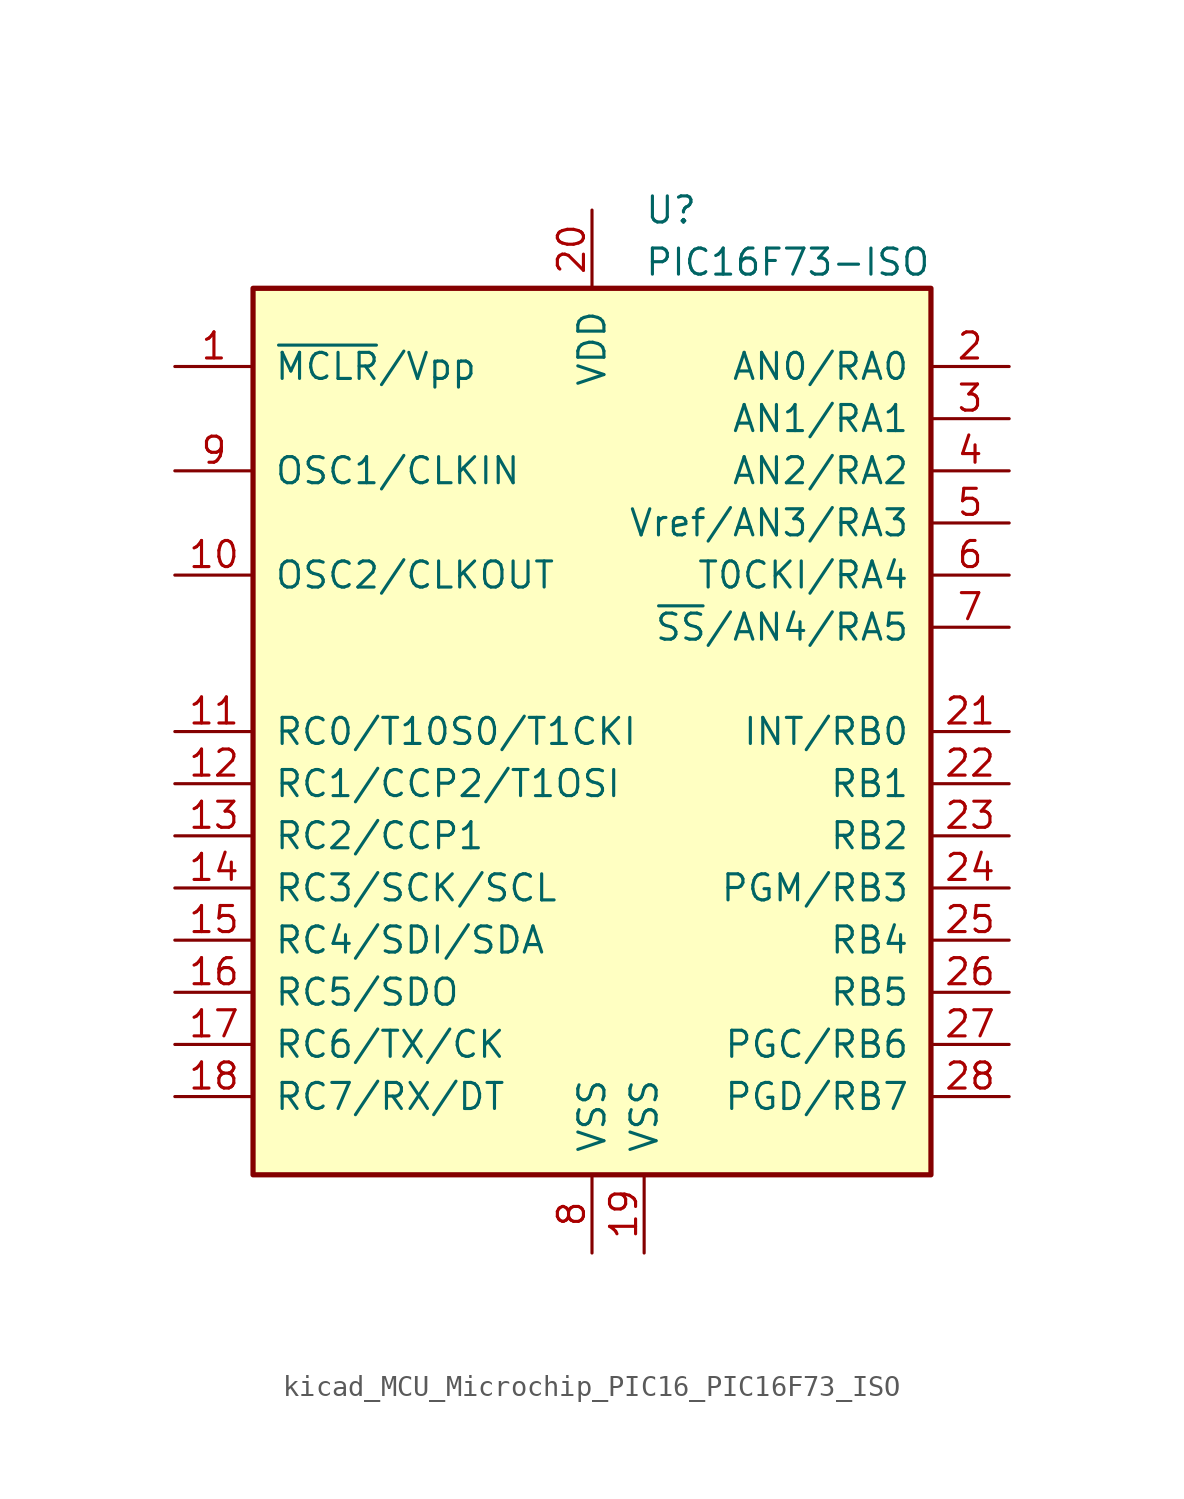
<source format=kicad_sym>
(kicad_symbol_lib
  (version 20220914)
  (generator kicad_symbol_editor)
  (symbol "kicad_MCU_Microchip_PIC16_PIC16F73_ISO"
    (pin_names
      (offset 1.016))
    (property "Reference" "U"
      (at 2.54 25.4 0)
      (effects (font (size 1.27 1.27)) (justify left)))
    (property "Value" "PIC16F73-ISO"
      (at 2.54 22.86 0)
      (effects (font (size 1.27 1.27)) (justify left)))
    (symbol "kicad_MCU_Microchip_PIC16_PIC16F73_ISO_0_1"
      (rectangle (start -16.51 -21.59) (end 16.51 21.59) (stroke (width 0.254) (type default)) (fill (type background))))
    (symbol "kicad_MCU_Microchip_PIC16_PIC16F73_ISO_1_1"
      (pin input line (at -20.32 17.78 0) (length 3.81) (name "~{MCLR}/Vpp" (effects (font (size 1.27 1.27)))) (number "1" (effects (font (size 1.27 1.27)))))
      (pin output line (at -20.32 7.62 0) (length 3.81) (name "OSC2/CLKOUT" (effects (font (size 1.27 1.27)))) (number "10" (effects (font (size 1.27 1.27)))))
      (pin bidirectional line (at -20.32 0 0) (length 3.81) (name "RC0/T10S0/T1CKI" (effects (font (size 1.27 1.27)))) (number "11" (effects (font (size 1.27 1.27)))))
      (pin bidirectional line (at -20.32 -2.54 0) (length 3.81) (name "RC1/CCP2/T1OSI" (effects (font (size 1.27 1.27)))) (number "12" (effects (font (size 1.27 1.27)))))
      (pin bidirectional line (at -20.32 -5.08 0) (length 3.81) (name "RC2/CCP1" (effects (font (size 1.27 1.27)))) (number "13" (effects (font (size 1.27 1.27)))))
      (pin bidirectional line (at -20.32 -7.62 0) (length 3.81) (name "RC3/SCK/SCL" (effects (font (size 1.27 1.27)))) (number "14" (effects (font (size 1.27 1.27)))))
      (pin bidirectional line (at -20.32 -10.16 0) (length 3.81) (name "RC4/SDI/SDA" (effects (font (size 1.27 1.27)))) (number "15" (effects (font (size 1.27 1.27)))))
      (pin bidirectional line (at -20.32 -12.7 0) (length 3.81) (name "RC5/SDO" (effects (font (size 1.27 1.27)))) (number "16" (effects (font (size 1.27 1.27)))))
      (pin bidirectional line (at -20.32 -15.24 0) (length 3.81) (name "RC6/TX/CK" (effects (font (size 1.27 1.27)))) (number "17" (effects (font (size 1.27 1.27)))))
      (pin bidirectional line (at -20.32 -17.78 0) (length 3.81) (name "RC7/RX/DT" (effects (font (size 1.27 1.27)))) (number "18" (effects (font (size 1.27 1.27)))))
      (pin power_in line (at 2.54 -25.4 90) (length 3.81) (name "VSS" (effects (font (size 1.27 1.27)))) (number "19" (effects (font (size 1.27 1.27)))))
      (pin bidirectional line (at 20.32 17.78 180) (length 3.81) (name "AN0/RA0" (effects (font (size 1.27 1.27)))) (number "2" (effects (font (size 1.27 1.27)))))
      (pin power_in line (at 0 25.4 270) (length 3.81) (name "VDD" (effects (font (size 1.27 1.27)))) (number "20" (effects (font (size 1.27 1.27)))))
      (pin bidirectional line (at 20.32 0 180) (length 3.81) (name "INT/RB0" (effects (font (size 1.27 1.27)))) (number "21" (effects (font (size 1.27 1.27)))))
      (pin bidirectional line (at 20.32 -2.54 180) (length 3.81) (name "RB1" (effects (font (size 1.27 1.27)))) (number "22" (effects (font (size 1.27 1.27)))))
      (pin bidirectional line (at 20.32 -5.08 180) (length 3.81) (name "RB2" (effects (font (size 1.27 1.27)))) (number "23" (effects (font (size 1.27 1.27)))))
      (pin bidirectional line (at 20.32 -7.62 180) (length 3.81) (name "PGM/RB3" (effects (font (size 1.27 1.27)))) (number "24" (effects (font (size 1.27 1.27)))))
      (pin bidirectional line (at 20.32 -10.16 180) (length 3.81) (name "RB4" (effects (font (size 1.27 1.27)))) (number "25" (effects (font (size 1.27 1.27)))))
      (pin bidirectional line (at 20.32 -12.7 180) (length 3.81) (name "RB5" (effects (font (size 1.27 1.27)))) (number "26" (effects (font (size 1.27 1.27)))))
      (pin bidirectional line (at 20.32 -15.24 180) (length 3.81) (name "PGC/RB6" (effects (font (size 1.27 1.27)))) (number "27" (effects (font (size 1.27 1.27)))))
      (pin bidirectional line (at 20.32 -17.78 180) (length 3.81) (name "PGD/RB7" (effects (font (size 1.27 1.27)))) (number "28" (effects (font (size 1.27 1.27)))))
      (pin bidirectional line (at 20.32 15.24 180) (length 3.81) (name "AN1/RA1" (effects (font (size 1.27 1.27)))) (number "3" (effects (font (size 1.27 1.27)))))
      (pin bidirectional line (at 20.32 12.7 180) (length 3.81) (name "AN2/RA2" (effects (font (size 1.27 1.27)))) (number "4" (effects (font (size 1.27 1.27)))))
      (pin bidirectional line (at 20.32 10.16 180) (length 3.81) (name "Vref/AN3/RA3" (effects (font (size 1.27 1.27)))) (number "5" (effects (font (size 1.27 1.27)))))
      (pin bidirectional line (at 20.32 7.62 180) (length 3.81) (name "T0CKI/RA4" (effects (font (size 1.27 1.27)))) (number "6" (effects (font (size 1.27 1.27)))))
      (pin bidirectional line (at 20.32 5.08 180) (length 3.81) (name "~{SS}/AN4/RA5" (effects (font (size 1.27 1.27)))) (number "7" (effects (font (size 1.27 1.27)))))
      (pin power_in line (at 0 -25.4 90) (length 3.81) (name "VSS" (effects (font (size 1.27 1.27)))) (number "8" (effects (font (size 1.27 1.27)))))
      (pin input line (at -20.32 12.7 0) (length 3.81) (name "OSC1/CLKIN" (effects (font (size 1.27 1.27)))) (number "9" (effects (font (size 1.27 1.27))))))))
</source>
